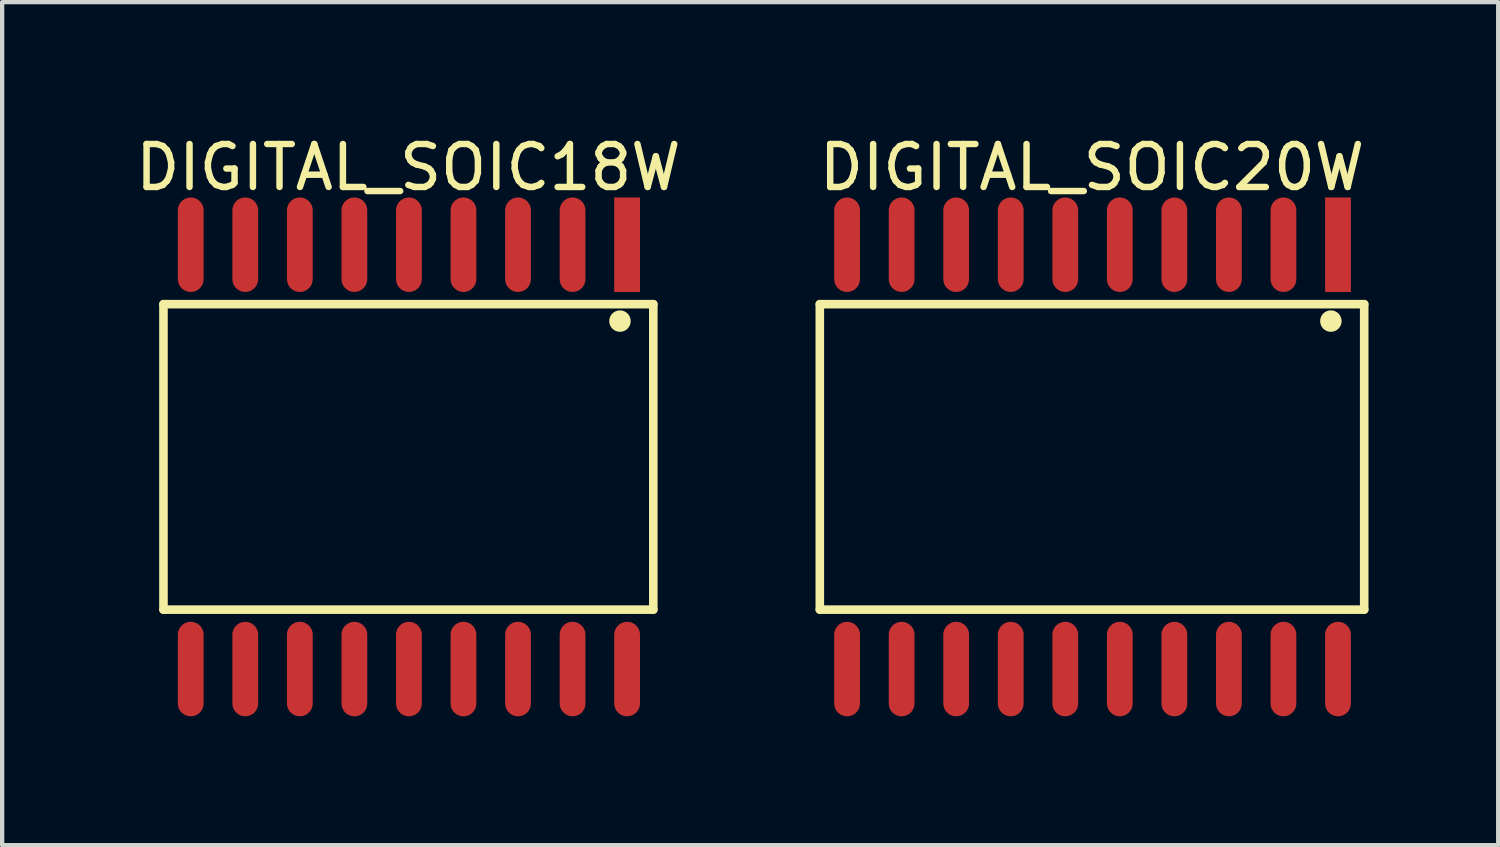
<source format=kicad_pcb>
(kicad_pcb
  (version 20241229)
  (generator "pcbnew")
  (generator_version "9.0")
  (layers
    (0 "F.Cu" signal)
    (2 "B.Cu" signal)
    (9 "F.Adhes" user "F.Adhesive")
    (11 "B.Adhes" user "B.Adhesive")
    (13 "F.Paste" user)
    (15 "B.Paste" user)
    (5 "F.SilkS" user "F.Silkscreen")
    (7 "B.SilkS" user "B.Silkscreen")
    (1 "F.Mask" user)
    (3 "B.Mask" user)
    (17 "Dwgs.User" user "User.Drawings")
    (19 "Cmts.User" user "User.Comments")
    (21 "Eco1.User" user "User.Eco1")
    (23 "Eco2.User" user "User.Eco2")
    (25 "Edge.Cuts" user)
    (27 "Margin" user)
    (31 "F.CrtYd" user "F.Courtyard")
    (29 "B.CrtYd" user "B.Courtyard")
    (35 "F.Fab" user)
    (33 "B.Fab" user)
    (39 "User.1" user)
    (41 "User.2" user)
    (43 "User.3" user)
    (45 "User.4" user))
  (footprint "DIGITAL_SOIC20W"
    (layer "F.Cu")
    (at 22.388 7.588)
    (property "Reference" "DIGITAL_SOIC20W" (at -0.013 -6.74 0) (layer "F.SilkS") (effects (font (size 1 1) (thickness 0.15))))
    (fp_line (start -6.35 -3.556) (end 6.325 -3.556) (stroke (width 0.2) (type solid)) (layer "F.SilkS"))
    (fp_line (start -6.35 3.556) (end -6.35 -3.556) (stroke (width 0.2) (type solid)) (layer "F.SilkS"))
    (fp_line (start -6.35 3.556) (end 6.325 3.556) (stroke (width 0.2) (type solid)) (layer "F.SilkS"))
    (fp_line (start 6.325 3.556) (end 6.325 -3.556) (stroke (width 0.2) (type solid)) (layer "F.SilkS"))
    (fp_circle (center 5.549 -3.162) (end 5.549 -3.287) (stroke (width 0.25) (type solid)) (fill no) (layer "F.SilkS"))
    (pad "1" smd rect (at 5.715 -4.94) (size 0.6 2.2) (layers "F.Cu" "F.Mask" "F.Paste"))
    (pad "2" smd oval (at 4.445 -4.94) (size 0.6 2.2) (layers "F.Cu" "F.Mask" "F.Paste"))
    (pad "3" smd oval (at 3.175 -4.94) (size 0.6 2.2) (layers "F.Cu" "F.Mask" "F.Paste"))
    (pad "4" smd oval (at 1.905 -4.94) (size 0.6 2.2) (layers "F.Cu" "F.Mask" "F.Paste"))
    (pad "5" smd oval (at 0.635 -4.94) (size 0.6 2.2) (layers "F.Cu" "F.Mask" "F.Paste"))
    (pad "6" smd oval (at -0.635 -4.94) (size 0.6 2.2) (layers "F.Cu" "F.Mask" "F.Paste"))
    (pad "7" smd oval (at -1.905 -4.94) (size 0.6 2.2) (layers "F.Cu" "F.Mask" "F.Paste"))
    (pad "8" smd oval (at -3.175 -4.94) (size 0.6 2.2) (layers "F.Cu" "F.Mask" "F.Paste"))
    (pad "9" smd oval (at -4.445 -4.94) (size 0.6 2.2) (layers "F.Cu" "F.Mask" "F.Paste"))
    (pad "10" smd oval (at -5.715 -4.94) (size 0.6 2.2) (layers "F.Cu" "F.Mask" "F.Paste"))
    (pad "11" smd oval (at -5.715 4.94) (size 0.6 2.2) (layers "F.Cu" "F.Mask" "F.Paste"))
    (pad "12" smd oval (at -4.445 4.94) (size 0.6 2.2) (layers "F.Cu" "F.Mask" "F.Paste"))
    (pad "13" smd oval (at -3.175 4.94) (size 0.6 2.2) (layers "F.Cu" "F.Mask" "F.Paste"))
    (pad "14" smd oval (at -1.905 4.94) (size 0.6 2.2) (layers "F.Cu" "F.Mask" "F.Paste"))
    (pad "15" smd oval (at -0.635 4.94) (size 0.6 2.2) (layers "F.Cu" "F.Mask" "F.Paste"))
    (pad "16" smd oval (at 0.635 4.94) (size 0.6 2.2) (layers "F.Cu" "F.Mask" "F.Paste"))
    (pad "17" smd oval (at 1.905 4.94) (size 0.6 2.2) (layers "F.Cu" "F.Mask" "F.Paste"))
    (pad "18" smd oval (at 3.175 4.94) (size 0.6 2.2) (layers "F.Cu" "F.Mask" "F.Paste"))
    (pad "19" smd oval (at 4.445 4.94) (size 0.6 2.2) (layers "F.Cu" "F.Mask" "F.Paste"))
    (pad "20" smd oval (at 5.715 4.94) (size 0.6 2.2) (layers "F.Cu" "F.Mask" "F.Paste")))
  (footprint "DIGITAL_SOIC18W"
    (layer "F.Cu")
    (at 6.471 7.588)
    (property "Reference" "DIGITAL_SOIC18W" (at -0.013 -6.74 0) (layer "F.SilkS") (effects (font (size 1 1) (thickness 0.15))))
    (fp_line (start -5.715 -3.556) (end 5.69 -3.556) (stroke (width 0.2) (type solid)) (layer "F.SilkS"))
    (fp_line (start -5.715 3.556) (end -5.715 -3.556) (stroke (width 0.2) (type solid)) (layer "F.SilkS"))
    (fp_line (start -5.715 3.556) (end 5.69 3.556) (stroke (width 0.2) (type solid)) (layer "F.SilkS"))
    (fp_line (start 5.69 3.556) (end 5.69 -3.556) (stroke (width 0.2) (type solid)) (layer "F.SilkS"))
    (fp_circle (center 4.914 -3.162) (end 4.914 -3.287) (stroke (width 0.25) (type solid)) (fill no) (layer "F.SilkS"))
    (pad "1" smd rect (at 5.08 -4.94) (size 0.6 2.2) (layers "F.Cu" "F.Mask" "F.Paste"))
    (pad "2" smd oval (at 3.81 -4.94) (size 0.6 2.2) (layers "F.Cu" "F.Mask" "F.Paste"))
    (pad "3" smd oval (at 2.54 -4.94) (size 0.6 2.2) (layers "F.Cu" "F.Mask" "F.Paste"))
    (pad "4" smd oval (at 1.27 -4.94) (size 0.6 2.2) (layers "F.Cu" "F.Mask" "F.Paste"))
    (pad "5" smd oval (at 0 -4.94) (size 0.6 2.2) (layers "F.Cu" "F.Mask" "F.Paste"))
    (pad "6" smd oval (at -1.27 -4.94) (size 0.6 2.2) (layers "F.Cu" "F.Mask" "F.Paste"))
    (pad "7" smd oval (at -2.54 -4.94) (size 0.6 2.2) (layers "F.Cu" "F.Mask" "F.Paste"))
    (pad "8" smd oval (at -3.81 -4.94) (size 0.6 2.2) (layers "F.Cu" "F.Mask" "F.Paste"))
    (pad "9" smd oval (at -5.08 -4.94) (size 0.6 2.2) (layers "F.Cu" "F.Mask" "F.Paste"))
    (pad "10" smd oval (at -5.08 4.94) (size 0.6 2.2) (layers "F.Cu" "F.Mask" "F.Paste"))
    (pad "11" smd oval (at -3.81 4.94) (size 0.6 2.2) (layers "F.Cu" "F.Mask" "F.Paste"))
    (pad "12" smd oval (at -2.54 4.94) (size 0.6 2.2) (layers "F.Cu" "F.Mask" "F.Paste"))
    (pad "13" smd oval (at -1.27 4.94) (size 0.6 2.2) (layers "F.Cu" "F.Mask" "F.Paste"))
    (pad "14" smd oval (at 0 4.94) (size 0.6 2.2) (layers "F.Cu" "F.Mask" "F.Paste"))
    (pad "15" smd oval (at 1.27 4.94) (size 0.6 2.2) (layers "F.Cu" "F.Mask" "F.Paste"))
    (pad "16" smd oval (at 2.54 4.94) (size 0.6 2.2) (layers "F.Cu" "F.Mask" "F.Paste"))
    (pad "17" smd oval (at 3.81 4.94) (size 0.6 2.2) (layers "F.Cu" "F.Mask" "F.Paste"))
    (pad "18" smd oval (at 5.08 4.94) (size 0.6 2.2) (layers "F.Cu" "F.Mask" "F.Paste")))
  (gr_rect
    (start -3 -3)
    (end 31.833 16.628)
    (stroke (width 0.1) (type default))
    (fill no)
    (layer "Edge.Cuts")))
</source>
